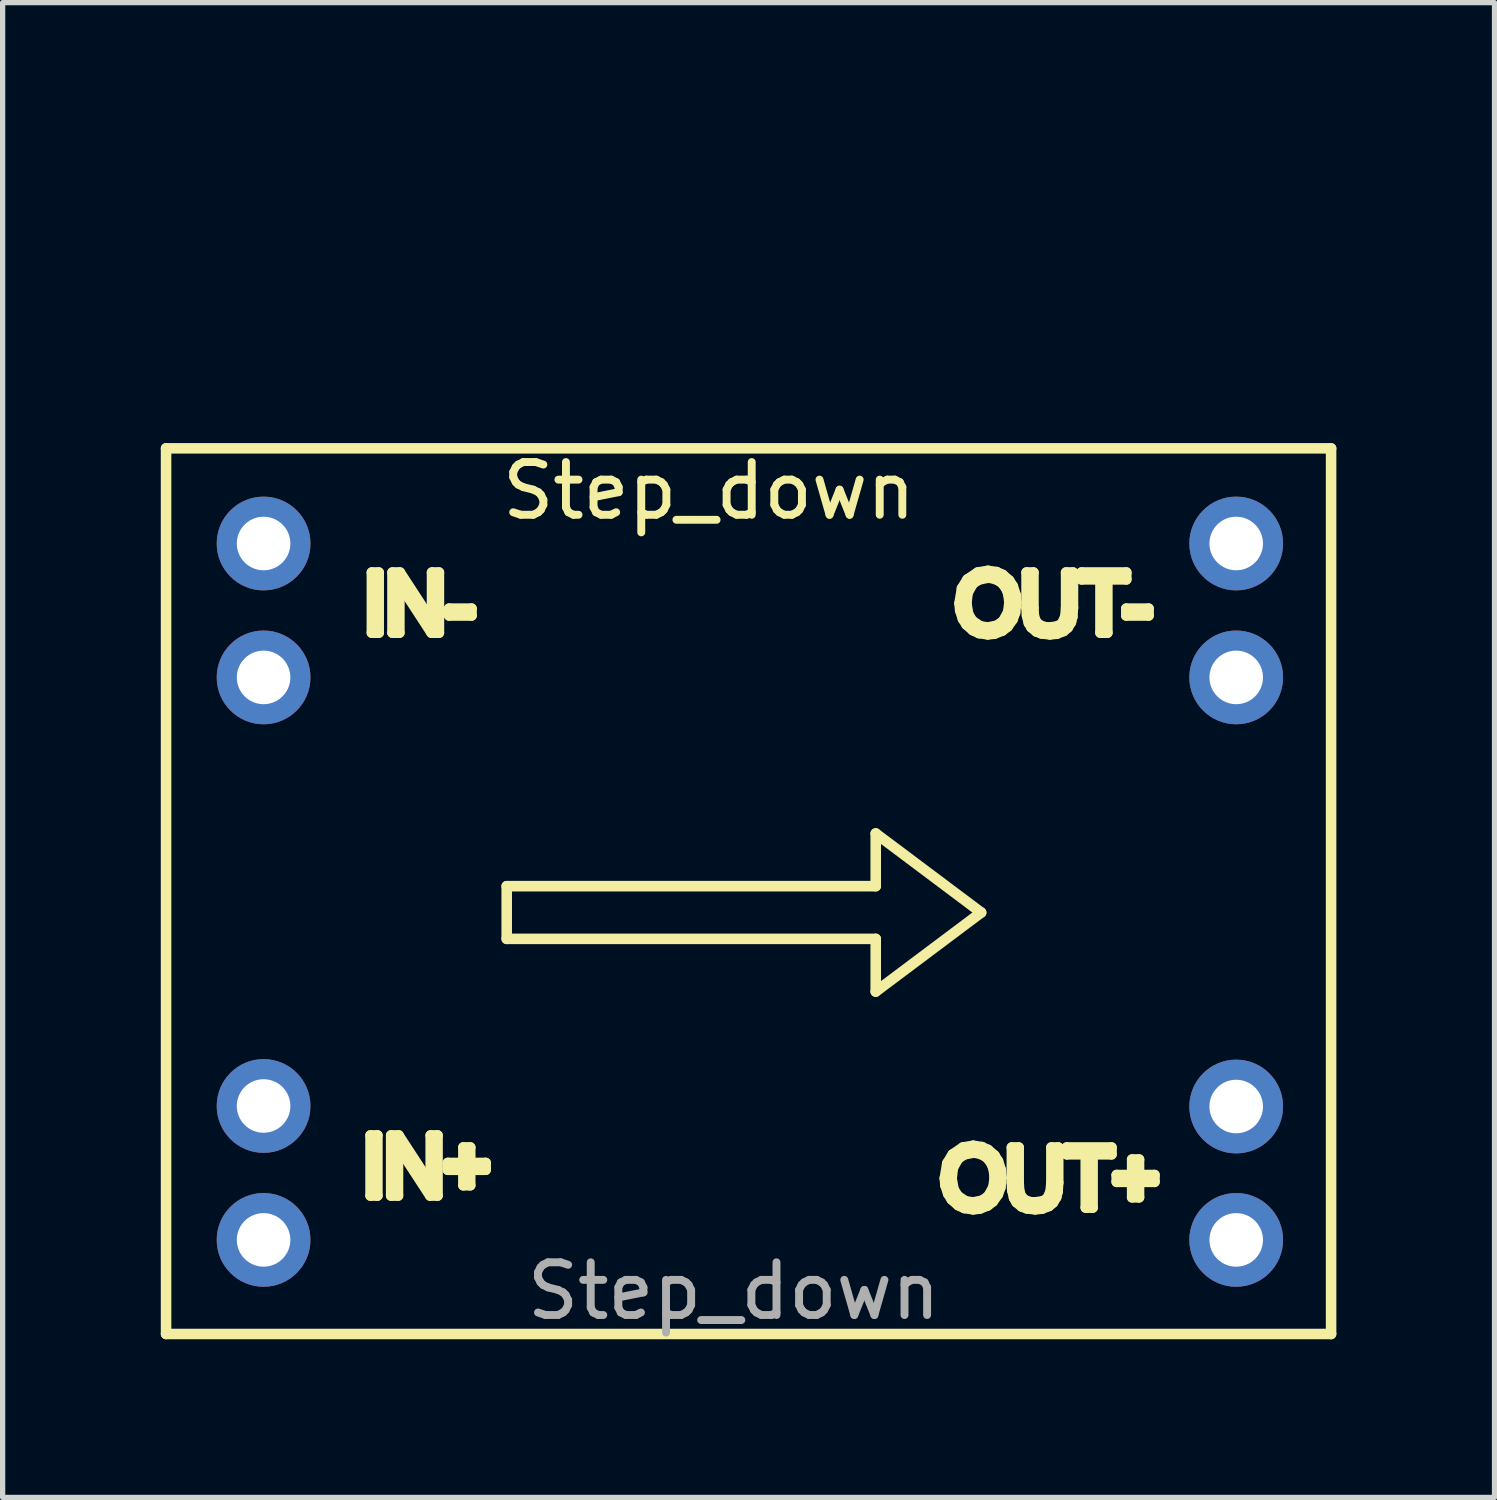
<source format=kicad_pcb>
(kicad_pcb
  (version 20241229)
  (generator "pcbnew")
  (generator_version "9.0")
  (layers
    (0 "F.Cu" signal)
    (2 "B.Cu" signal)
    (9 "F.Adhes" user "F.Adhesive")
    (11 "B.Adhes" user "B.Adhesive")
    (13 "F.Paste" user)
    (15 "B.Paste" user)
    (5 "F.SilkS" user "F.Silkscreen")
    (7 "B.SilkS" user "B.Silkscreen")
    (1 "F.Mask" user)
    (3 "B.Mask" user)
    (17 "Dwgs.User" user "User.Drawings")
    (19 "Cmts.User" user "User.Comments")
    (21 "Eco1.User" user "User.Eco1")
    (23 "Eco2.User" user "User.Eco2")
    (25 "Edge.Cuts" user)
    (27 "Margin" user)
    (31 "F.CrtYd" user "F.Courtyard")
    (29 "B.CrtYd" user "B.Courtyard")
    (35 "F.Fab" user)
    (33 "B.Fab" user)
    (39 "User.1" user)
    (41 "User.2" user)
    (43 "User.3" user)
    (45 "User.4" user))
  (footprint "Step_down"
    (layer "F.Cu")
    (at 7.35 0.25)
    (property "Reference" "Step_down" (at 3.05 6.01 0) (unlocked yes) (layer "F.SilkS") (effects (font (size 1 1) (thickness 0.15))))
    (attr through_hole)
    (fp_line (start -7.25 22.005) (end -7.25 5.205) (stroke (width 0.2) (type solid)) (layer "F.SilkS"))
    (fp_line (start -3.371 18.238) (end -3.241 18.238) (stroke (width 0.2) (type solid)) (layer "F.SilkS"))
    (fp_line (start -3.371 19.38) (end -3.371 18.238) (stroke (width 0.2) (type solid)) (layer "F.SilkS"))
    (fp_line (start -3.346 7.56) (end -3.216 7.56) (stroke (width 0.2) (type solid)) (layer "F.SilkS"))
    (fp_line (start -3.346 8.702) (end -3.346 7.56) (stroke (width 0.2) (type solid)) (layer "F.SilkS"))
    (fp_line (start -3.241 18.238) (end -3.241 19.38) (stroke (width 0.2) (type solid)) (layer "F.SilkS"))
    (fp_line (start -3.241 19.38) (end -3.371 19.38) (stroke (width 0.2) (type solid)) (layer "F.SilkS"))
    (fp_line (start -3.216 7.56) (end -3.216 8.702) (stroke (width 0.2) (type solid)) (layer "F.SilkS"))
    (fp_line (start -3.216 8.702) (end -3.346 8.702) (stroke (width 0.2) (type solid)) (layer "F.SilkS"))
    (fp_line (start -2.98 18.238) (end -2.839 18.238) (stroke (width 0.2) (type solid)) (layer "F.SilkS"))
    (fp_line (start -2.98 19.38) (end -2.98 18.238) (stroke (width 0.2) (type solid)) (layer "F.SilkS"))
    (fp_line (start -2.955 7.56) (end -2.814 7.56) (stroke (width 0.2) (type solid)) (layer "F.SilkS"))
    (fp_line (start -2.955 8.702) (end -2.955 7.56) (stroke (width 0.2) (type solid)) (layer "F.SilkS"))
    (fp_line (start -2.85 18.445) (end -2.85 19.38) (stroke (width 0.2) (type solid)) (layer "F.SilkS"))
    (fp_line (start -2.85 19.38) (end -2.98 19.38) (stroke (width 0.2) (type solid)) (layer "F.SilkS"))
    (fp_line (start -2.839 18.238) (end -2.23 19.174) (stroke (width 0.2) (type solid)) (layer "F.SilkS"))
    (fp_line (start -2.824 7.767) (end -2.824 8.702) (stroke (width 0.2) (type solid)) (layer "F.SilkS"))
    (fp_line (start -2.824 8.702) (end -2.955 8.702) (stroke (width 0.2) (type solid)) (layer "F.SilkS"))
    (fp_line (start -2.814 7.56) (end -2.205 8.496) (stroke (width 0.2) (type solid)) (layer "F.SilkS"))
    (fp_line (start -2.24 19.38) (end -2.85 18.445) (stroke (width 0.2) (type solid)) (layer "F.SilkS"))
    (fp_line (start -2.23 18.238) (end -2.1 18.238) (stroke (width 0.2) (type solid)) (layer "F.SilkS"))
    (fp_line (start -2.23 19.174) (end -2.23 18.238) (stroke (width 0.2) (type solid)) (layer "F.SilkS"))
    (fp_line (start -2.215 8.702) (end -2.824 7.767) (stroke (width 0.2) (type solid)) (layer "F.SilkS"))
    (fp_line (start -2.205 7.56) (end -2.074 7.56) (stroke (width 0.2) (type solid)) (layer "F.SilkS"))
    (fp_line (start -2.205 8.496) (end -2.205 7.56) (stroke (width 0.2) (type solid)) (layer "F.SilkS"))
    (fp_line (start -2.1 18.238) (end -2.1 19.38) (stroke (width 0.2) (type solid)) (layer "F.SilkS"))
    (fp_line (start -2.1 19.38) (end -2.24 19.38) (stroke (width 0.2) (type solid)) (layer "F.SilkS"))
    (fp_line (start -2.074 7.56) (end -2.074 8.702) (stroke (width 0.2) (type solid)) (layer "F.SilkS"))
    (fp_line (start -2.074 8.702) (end -2.215 8.702) (stroke (width 0.2) (type solid)) (layer "F.SilkS"))
    (fp_line (start -1.904 18.76) (end -1.61 18.76) (stroke (width 0.2) (type solid)) (layer "F.SilkS"))
    (fp_line (start -1.904 18.89) (end -1.904 18.76) (stroke (width 0.2) (type solid)) (layer "F.SilkS"))
    (fp_line (start -1.879 8.245) (end -1.455 8.245) (stroke (width 0.2) (type solid)) (layer "F.SilkS"))
    (fp_line (start -1.879 8.376) (end -1.879 8.245) (stroke (width 0.2) (type solid)) (layer "F.SilkS"))
    (fp_line (start -1.61 18.466) (end -1.48 18.466) (stroke (width 0.2) (type solid)) (layer "F.SilkS"))
    (fp_line (start -1.61 18.76) (end -1.61 18.466) (stroke (width 0.2) (type solid)) (layer "F.SilkS"))
    (fp_line (start -1.61 18.89) (end -1.904 18.89) (stroke (width 0.2) (type solid)) (layer "F.SilkS"))
    (fp_line (start -1.61 19.184) (end -1.61 18.89) (stroke (width 0.2) (type solid)) (layer "F.SilkS"))
    (fp_line (start -1.48 18.466) (end -1.48 18.76) (stroke (width 0.2) (type solid)) (layer "F.SilkS"))
    (fp_line (start -1.48 18.76) (end -1.187 18.76) (stroke (width 0.2) (type solid)) (layer "F.SilkS"))
    (fp_line (start -1.48 18.89) (end -1.48 19.184) (stroke (width 0.2) (type solid)) (layer "F.SilkS"))
    (fp_line (start -1.48 19.184) (end -1.61 19.184) (stroke (width 0.2) (type solid)) (layer "F.SilkS"))
    (fp_line (start -1.455 8.245) (end -1.455 8.376) (stroke (width 0.2) (type solid)) (layer "F.SilkS"))
    (fp_line (start -1.455 8.376) (end -1.879 8.376) (stroke (width 0.2) (type solid)) (layer "F.SilkS"))
    (fp_line (start -1.187 18.76) (end -1.187 18.89) (stroke (width 0.2) (type solid)) (layer "F.SilkS"))
    (fp_line (start -1.187 18.89) (end -1.48 18.89) (stroke (width 0.2) (type solid)) (layer "F.SilkS"))
    (fp_line (start -0.788 13.51) (end 6.212 13.51) (stroke (width 0.2) (type solid)) (layer "F.SilkS"))
    (fp_line (start -0.788 14.51) (end -0.788 13.51) (stroke (width 0.2) (type solid)) (layer "F.SilkS"))
    (fp_line (start 6.212 12.51) (end 8.212 14.01) (stroke (width 0.2) (type solid)) (layer "F.SilkS"))
    (fp_line (start 6.212 13.51) (end 6.212 12.51) (stroke (width 0.2) (type solid)) (layer "F.SilkS"))
    (fp_line (start 6.212 14.51) (end -0.788 14.51) (stroke (width 0.2) (type solid)) (layer "F.SilkS"))
    (fp_line (start 6.212 15.51) (end 6.212 14.51) (stroke (width 0.2) (type solid)) (layer "F.SilkS"))
    (fp_line (start 7.522 19.053) (end 7.569 18.768) (stroke (width 0.2) (type solid)) (layer "F.SilkS"))
    (fp_line (start 7.534 19.185) (end 7.522 19.053) (stroke (width 0.2) (type solid)) (layer "F.SilkS"))
    (fp_line (start 7.569 18.768) (end 7.672 18.599) (stroke (width 0.2) (type solid)) (layer "F.SilkS"))
    (fp_line (start 7.586 19.344) (end 7.534 19.185) (stroke (width 0.2) (type solid)) (layer "F.SilkS"))
    (fp_line (start 7.652 19.055) (end 7.689 19.264) (stroke (width 0.2) (type solid)) (layer "F.SilkS"))
    (fp_line (start 7.655 19.454) (end 7.586 19.344) (stroke (width 0.2) (type solid)) (layer "F.SilkS"))
    (fp_line (start 7.672 18.599) (end 7.868 18.466) (stroke (width 0.2) (type solid)) (layer "F.SilkS"))
    (fp_line (start 7.676 18.852) (end 7.652 19.055) (stroke (width 0.2) (type solid)) (layer "F.SilkS"))
    (fp_line (start 7.689 19.264) (end 7.768 19.389) (stroke (width 0.2) (type solid)) (layer "F.SilkS"))
    (fp_line (start 7.768 19.389) (end 7.916 19.487) (stroke (width 0.2) (type solid)) (layer "F.SilkS"))
    (fp_line (start 7.773 18.678) (end 7.676 18.852) (stroke (width 0.2) (type solid)) (layer "F.SilkS"))
    (fp_line (start 7.776 19.561) (end 7.655 19.454) (stroke (width 0.2) (type solid)) (layer "F.SilkS"))
    (fp_line (start 7.801 8.146) (end 7.848 7.861) (stroke (width 0.2) (type solid)) (layer "F.SilkS"))
    (fp_line (start 7.814 8.279) (end 7.801 8.146) (stroke (width 0.2) (type solid)) (layer "F.SilkS"))
    (fp_line (start 7.848 7.861) (end 7.952 7.692) (stroke (width 0.2) (type solid)) (layer "F.SilkS"))
    (fp_line (start 7.865 8.438) (end 7.814 8.279) (stroke (width 0.2) (type solid)) (layer "F.SilkS"))
    (fp_line (start 7.868 18.466) (end 8.061 18.434) (stroke (width 0.2) (type solid)) (layer "F.SilkS"))
    (fp_line (start 7.888 18.6) (end 7.773 18.678) (stroke (width 0.2) (type solid)) (layer "F.SilkS"))
    (fp_line (start 7.892 19.616) (end 7.776 19.561) (stroke (width 0.2) (type solid)) (layer "F.SilkS"))
    (fp_line (start 7.916 19.487) (end 8.059 19.51) (stroke (width 0.2) (type solid)) (layer "F.SilkS"))
    (fp_line (start 7.932 8.148) (end 7.968 8.358) (stroke (width 0.2) (type solid)) (layer "F.SilkS"))
    (fp_line (start 7.934 8.548) (end 7.865 8.438) (stroke (width 0.2) (type solid)) (layer "F.SilkS"))
    (fp_line (start 7.952 7.692) (end 8.148 7.56) (stroke (width 0.2) (type solid)) (layer "F.SilkS"))
    (fp_line (start 7.955 7.945) (end 7.932 8.148) (stroke (width 0.2) (type solid)) (layer "F.SilkS"))
    (fp_line (start 7.968 8.358) (end 8.047 8.482) (stroke (width 0.2) (type solid)) (layer "F.SilkS"))
    (fp_line (start 8.047 8.482) (end 8.196 8.58) (stroke (width 0.2) (type solid)) (layer "F.SilkS"))
    (fp_line (start 8.052 7.771) (end 7.955 7.945) (stroke (width 0.2) (type solid)) (layer "F.SilkS"))
    (fp_line (start 8.055 8.655) (end 7.934 8.548) (stroke (width 0.2) (type solid)) (layer "F.SilkS"))
    (fp_line (start 8.059 19.51) (end 8.239 19.472) (stroke (width 0.2) (type solid)) (layer "F.SilkS"))
    (fp_line (start 8.06 19.641) (end 7.892 19.616) (stroke (width 0.2) (type solid)) (layer "F.SilkS"))
    (fp_line (start 8.061 18.434) (end 8.225 18.459) (stroke (width 0.2) (type solid)) (layer "F.SilkS"))
    (fp_line (start 8.061 18.565) (end 7.888 18.6) (stroke (width 0.2) (type solid)) (layer "F.SilkS"))
    (fp_line (start 8.148 7.56) (end 8.34 7.528) (stroke (width 0.2) (type solid)) (layer "F.SilkS"))
    (fp_line (start 8.161 18.576) (end 8.061 18.565) (stroke (width 0.2) (type solid)) (layer "F.SilkS"))
    (fp_line (start 8.168 7.694) (end 8.052 7.771) (stroke (width 0.2) (type solid)) (layer "F.SilkS"))
    (fp_line (start 8.172 8.71) (end 8.055 8.655) (stroke (width 0.2) (type solid)) (layer "F.SilkS"))
    (fp_line (start 8.185 19.627) (end 8.06 19.641) (stroke (width 0.2) (type solid)) (layer "F.SilkS"))
    (fp_line (start 8.196 8.58) (end 8.338 8.604) (stroke (width 0.2) (type solid)) (layer "F.SilkS"))
    (fp_line (start 8.212 14.01) (end 6.212 15.51) (stroke (width 0.2) (type solid)) (layer "F.SilkS"))
    (fp_line (start 8.225 18.459) (end 8.341 18.512) (stroke (width 0.2) (type solid)) (layer "F.SilkS"))
    (fp_line (start 8.239 19.472) (end 8.352 19.388) (stroke (width 0.2) (type solid)) (layer "F.SilkS"))
    (fp_line (start 8.274 18.623) (end 8.161 18.576) (stroke (width 0.2) (type solid)) (layer "F.SilkS"))
    (fp_line (start 8.333 19.569) (end 8.185 19.627) (stroke (width 0.2) (type solid)) (layer "F.SilkS"))
    (fp_line (start 8.338 8.604) (end 8.518 8.565) (stroke (width 0.2) (type solid)) (layer "F.SilkS"))
    (fp_line (start 8.339 8.734) (end 8.172 8.71) (stroke (width 0.2) (type solid)) (layer "F.SilkS"))
    (fp_line (start 8.34 7.528) (end 8.505 7.552) (stroke (width 0.2) (type solid)) (layer "F.SilkS"))
    (fp_line (start 8.341 7.658) (end 8.168 7.694) (stroke (width 0.2) (type solid)) (layer "F.SilkS"))
    (fp_line (start 8.341 18.512) (end 8.463 18.617) (stroke (width 0.2) (type solid)) (layer "F.SilkS"))
    (fp_line (start 8.349 18.684) (end 8.274 18.623) (stroke (width 0.2) (type solid)) (layer "F.SilkS"))
    (fp_line (start 8.352 19.388) (end 8.445 19.217) (stroke (width 0.2) (type solid)) (layer "F.SilkS"))
    (fp_line (start 8.418 18.789) (end 8.349 18.684) (stroke (width 0.2) (type solid)) (layer "F.SilkS"))
    (fp_line (start 8.433 19.492) (end 8.333 19.569) (stroke (width 0.2) (type solid)) (layer "F.SilkS"))
    (fp_line (start 8.44 7.67) (end 8.341 7.658) (stroke (width 0.2) (type solid)) (layer "F.SilkS"))
    (fp_line (start 8.445 19.217) (end 8.468 19.039) (stroke (width 0.2) (type solid)) (layer "F.SilkS"))
    (fp_line (start 8.452 18.89) (end 8.418 18.789) (stroke (width 0.2) (type solid)) (layer "F.SilkS"))
    (fp_line (start 8.463 18.617) (end 8.532 18.727) (stroke (width 0.2) (type solid)) (layer "F.SilkS"))
    (fp_line (start 8.464 8.721) (end 8.339 8.734) (stroke (width 0.2) (type solid)) (layer "F.SilkS"))
    (fp_line (start 8.468 19.039) (end 8.452 18.89) (stroke (width 0.2) (type solid)) (layer "F.SilkS"))
    (fp_line (start 8.505 7.552) (end 8.621 7.605) (stroke (width 0.2) (type solid)) (layer "F.SilkS"))
    (fp_line (start 8.518 8.565) (end 8.632 8.481) (stroke (width 0.2) (type solid)) (layer "F.SilkS"))
    (fp_line (start 8.529 19.357) (end 8.433 19.492) (stroke (width 0.2) (type solid)) (layer "F.SilkS"))
    (fp_line (start 8.532 18.727) (end 8.585 18.893) (stroke (width 0.2) (type solid)) (layer "F.SilkS"))
    (fp_line (start 8.554 7.717) (end 8.44 7.67) (stroke (width 0.2) (type solid)) (layer "F.SilkS"))
    (fp_line (start 8.576 19.227) (end 8.529 19.357) (stroke (width 0.2) (type solid)) (layer "F.SilkS"))
    (fp_line (start 8.585 18.893) (end 8.598 19.04) (stroke (width 0.2) (type solid)) (layer "F.SilkS"))
    (fp_line (start 8.598 19.04) (end 8.576 19.227) (stroke (width 0.2) (type solid)) (layer "F.SilkS"))
    (fp_line (start 8.612 8.663) (end 8.464 8.721) (stroke (width 0.2) (type solid)) (layer "F.SilkS"))
    (fp_line (start 8.621 7.605) (end 8.742 7.711) (stroke (width 0.2) (type solid)) (layer "F.SilkS"))
    (fp_line (start 8.628 7.778) (end 8.554 7.717) (stroke (width 0.2) (type solid)) (layer "F.SilkS"))
    (fp_line (start 8.632 8.481) (end 8.725 8.311) (stroke (width 0.2) (type solid)) (layer "F.SilkS"))
    (fp_line (start 8.698 7.882) (end 8.628 7.778) (stroke (width 0.2) (type solid)) (layer "F.SilkS"))
    (fp_line (start 8.713 8.586) (end 8.612 8.663) (stroke (width 0.2) (type solid)) (layer "F.SilkS"))
    (fp_line (start 8.725 8.311) (end 8.747 8.132) (stroke (width 0.2) (type solid)) (layer "F.SilkS"))
    (fp_line (start 8.731 7.983) (end 8.698 7.882) (stroke (width 0.2) (type solid)) (layer "F.SilkS"))
    (fp_line (start 8.742 7.711) (end 8.812 7.82) (stroke (width 0.2) (type solid)) (layer "F.SilkS"))
    (fp_line (start 8.747 8.132) (end 8.731 7.983) (stroke (width 0.2) (type solid)) (layer "F.SilkS"))
    (fp_line (start 8.794 18.467) (end 8.924 18.467) (stroke (width 0.2) (type solid)) (layer "F.SilkS"))
    (fp_line (start 8.794 19.134) (end 8.794 18.467) (stroke (width 0.2) (type solid)) (layer "F.SilkS"))
    (fp_line (start 8.802 19.28) (end 8.794 19.134) (stroke (width 0.2) (type solid)) (layer "F.SilkS"))
    (fp_line (start 8.808 8.451) (end 8.713 8.586) (stroke (width 0.2) (type solid)) (layer "F.SilkS"))
    (fp_line (start 8.812 7.82) (end 8.865 7.986) (stroke (width 0.2) (type solid)) (layer "F.SilkS"))
    (fp_line (start 8.836 19.423) (end 8.802 19.28) (stroke (width 0.2) (type solid)) (layer "F.SilkS"))
    (fp_line (start 8.856 8.32) (end 8.808 8.451) (stroke (width 0.2) (type solid)) (layer "F.SilkS"))
    (fp_line (start 8.865 7.986) (end 8.877 8.133) (stroke (width 0.2) (type solid)) (layer "F.SilkS"))
    (fp_line (start 8.877 8.133) (end 8.856 8.32) (stroke (width 0.2) (type solid)) (layer "F.SilkS"))
    (fp_line (start 8.885 19.507) (end 8.836 19.423) (stroke (width 0.2) (type solid)) (layer "F.SilkS"))
    (fp_line (start 8.924 19.138) (end 8.933 19.282) (stroke (width 0.2) (type solid)) (layer "F.SilkS"))
    (fp_line (start 8.924 18.467) (end 8.924 19.138) (stroke (width 0.2) (type solid)) (layer "F.SilkS"))
    (fp_line (start 8.933 19.282) (end 8.953 19.361) (stroke (width 0.2) (type solid)) (layer "F.SilkS"))
    (fp_line (start 8.953 19.361) (end 8.998 19.431) (stroke (width 0.2) (type solid)) (layer "F.SilkS"))
    (fp_line (start 8.979 19.585) (end 8.885 19.507) (stroke (width 0.2) (type solid)) (layer "F.SilkS"))
    (fp_line (start 8.998 19.431) (end 9.051 19.472) (stroke (width 0.2) (type solid)) (layer "F.SilkS"))
    (fp_line (start 9.051 19.472) (end 9.14 19.503) (stroke (width 0.2) (type solid)) (layer "F.SilkS"))
    (fp_line (start 9.073 7.56) (end 9.204 7.56) (stroke (width 0.2) (type solid)) (layer "F.SilkS"))
    (fp_line (start 9.073 8.227) (end 9.073 7.56) (stroke (width 0.2) (type solid)) (layer "F.SilkS"))
    (fp_line (start 9.078 19.623) (end 8.979 19.585) (stroke (width 0.2) (type solid)) (layer "F.SilkS"))
    (fp_line (start 9.081 8.374) (end 9.073 8.227) (stroke (width 0.2) (type solid)) (layer "F.SilkS"))
    (fp_line (start 9.116 8.517) (end 9.081 8.374) (stroke (width 0.2) (type solid)) (layer "F.SilkS"))
    (fp_line (start 9.14 19.503) (end 9.223 19.51) (stroke (width 0.2) (type solid)) (layer "F.SilkS"))
    (fp_line (start 9.165 8.6) (end 9.116 8.517) (stroke (width 0.2) (type solid)) (layer "F.SilkS"))
    (fp_line (start 9.203 8.232) (end 9.212 8.376) (stroke (width 0.2) (type solid)) (layer "F.SilkS"))
    (fp_line (start 9.204 7.56) (end 9.204 8.232) (stroke (width 0.2) (type solid)) (layer "F.SilkS"))
    (fp_line (start 9.212 8.376) (end 9.232 8.455) (stroke (width 0.2) (type solid)) (layer "F.SilkS"))
    (fp_line (start 9.223 19.51) (end 9.386 19.486) (stroke (width 0.2) (type solid)) (layer "F.SilkS"))
    (fp_line (start 9.232 8.455) (end 9.277 8.525) (stroke (width 0.2) (type solid)) (layer "F.SilkS"))
    (fp_line (start 9.236 19.641) (end 9.078 19.623) (stroke (width 0.2) (type solid)) (layer "F.SilkS"))
    (fp_line (start 9.259 8.679) (end 9.165 8.6) (stroke (width 0.2) (type solid)) (layer "F.SilkS"))
    (fp_line (start 9.277 8.525) (end 9.331 8.565) (stroke (width 0.2) (type solid)) (layer "F.SilkS"))
    (fp_line (start 9.331 8.565) (end 9.419 8.596) (stroke (width 0.2) (type solid)) (layer "F.SilkS"))
    (fp_line (start 9.358 8.717) (end 9.259 8.679) (stroke (width 0.2) (type solid)) (layer "F.SilkS"))
    (fp_line (start 9.367 19.628) (end 9.236 19.641) (stroke (width 0.2) (type solid)) (layer "F.SilkS"))
    (fp_line (start 9.386 19.486) (end 9.47 19.433) (stroke (width 0.2) (type solid)) (layer "F.SilkS"))
    (fp_line (start 9.419 8.596) (end 9.503 8.604) (stroke (width 0.2) (type solid)) (layer "F.SilkS"))
    (fp_line (start 9.47 19.433) (end 9.529 19.303) (stroke (width 0.2) (type solid)) (layer "F.SilkS"))
    (fp_line (start 9.498 19.577) (end 9.367 19.628) (stroke (width 0.2) (type solid)) (layer "F.SilkS"))
    (fp_line (start 9.503 8.604) (end 9.665 8.58) (stroke (width 0.2) (type solid)) (layer "F.SilkS"))
    (fp_line (start 9.516 8.734) (end 9.358 8.717) (stroke (width 0.2) (type solid)) (layer "F.SilkS"))
    (fp_line (start 9.529 19.303) (end 9.544 19.138) (stroke (width 0.2) (type solid)) (layer "F.SilkS"))
    (fp_line (start 9.544 18.467) (end 9.674 18.467) (stroke (width 0.2) (type solid)) (layer "F.SilkS"))
    (fp_line (start 9.544 19.138) (end 9.544 18.467) (stroke (width 0.2) (type solid)) (layer "F.SilkS"))
    (fp_line (start 9.574 19.513) (end 9.498 19.577) (stroke (width 0.2) (type solid)) (layer "F.SilkS"))
    (fp_line (start 9.636 19.41) (end 9.574 19.513) (stroke (width 0.2) (type solid)) (layer "F.SilkS"))
    (fp_line (start 9.646 8.722) (end 9.516 8.734) (stroke (width 0.2) (type solid)) (layer "F.SilkS"))
    (fp_line (start 9.662 19.306) (end 9.636 19.41) (stroke (width 0.2) (type solid)) (layer "F.SilkS"))
    (fp_line (start 9.665 8.58) (end 9.749 8.527) (stroke (width 0.2) (type solid)) (layer "F.SilkS"))
    (fp_line (start 9.674 19.134) (end 9.662 19.306) (stroke (width 0.2) (type solid)) (layer "F.SilkS"))
    (fp_line (start 9.674 18.467) (end 9.674 19.134) (stroke (width 0.2) (type solid)) (layer "F.SilkS"))
    (fp_line (start 9.749 8.527) (end 9.809 8.396) (stroke (width 0.2) (type solid)) (layer "F.SilkS"))
    (fp_line (start 9.777 8.67) (end 9.646 8.722) (stroke (width 0.2) (type solid)) (layer "F.SilkS"))
    (fp_line (start 9.809 8.396) (end 9.823 8.232) (stroke (width 0.2) (type solid)) (layer "F.SilkS"))
    (fp_line (start 9.823 7.56) (end 9.954 7.56) (stroke (width 0.2) (type solid)) (layer "F.SilkS"))
    (fp_line (start 9.823 8.232) (end 9.823 7.56) (stroke (width 0.2) (type solid)) (layer "F.SilkS"))
    (fp_line (start 9.837 18.467) (end 10.685 18.467) (stroke (width 0.2) (type solid)) (layer "F.SilkS"))
    (fp_line (start 9.837 18.597) (end 9.837 18.467) (stroke (width 0.2) (type solid)) (layer "F.SilkS"))
    (fp_line (start 9.853 8.606) (end 9.777 8.67) (stroke (width 0.2) (type solid)) (layer "F.SilkS"))
    (fp_line (start 9.915 8.504) (end 9.853 8.606) (stroke (width 0.2) (type solid)) (layer "F.SilkS"))
    (fp_line (start 9.942 8.4) (end 9.915 8.504) (stroke (width 0.2) (type solid)) (layer "F.SilkS"))
    (fp_line (start 9.954 8.227) (end 9.942 8.4) (stroke (width 0.2) (type solid)) (layer "F.SilkS"))
    (fp_line (start 9.954 7.56) (end 9.954 8.227) (stroke (width 0.2) (type solid)) (layer "F.SilkS"))
    (fp_line (start 10.117 7.56) (end 10.965 7.56) (stroke (width 0.2) (type solid)) (layer "F.SilkS"))
    (fp_line (start 10.117 7.691) (end 10.117 7.56) (stroke (width 0.2) (type solid)) (layer "F.SilkS"))
    (fp_line (start 10.196 18.597) (end 9.837 18.597) (stroke (width 0.2) (type solid)) (layer "F.SilkS"))
    (fp_line (start 10.196 19.608) (end 10.196 18.597) (stroke (width 0.2) (type solid)) (layer "F.SilkS"))
    (fp_line (start 10.326 18.597) (end 10.326 19.608) (stroke (width 0.2) (type solid)) (layer "F.SilkS"))
    (fp_line (start 10.326 19.608) (end 10.196 19.608) (stroke (width 0.2) (type solid)) (layer "F.SilkS"))
    (fp_line (start 10.475 7.691) (end 10.117 7.691) (stroke (width 0.2) (type solid)) (layer "F.SilkS"))
    (fp_line (start 10.475 8.702) (end 10.475 7.691) (stroke (width 0.2) (type solid)) (layer "F.SilkS"))
    (fp_line (start 10.606 7.691) (end 10.606 8.702) (stroke (width 0.2) (type solid)) (layer "F.SilkS"))
    (fp_line (start 10.606 8.702) (end 10.475 8.702) (stroke (width 0.2) (type solid)) (layer "F.SilkS"))
    (fp_line (start 10.685 18.467) (end 10.685 18.597) (stroke (width 0.2) (type solid)) (layer "F.SilkS"))
    (fp_line (start 10.685 18.597) (end 10.326 18.597) (stroke (width 0.2) (type solid)) (layer "F.SilkS"))
    (fp_line (start 10.783 18.989) (end 11.076 18.989) (stroke (width 0.2) (type solid)) (layer "F.SilkS"))
    (fp_line (start 10.783 19.119) (end 10.783 18.989) (stroke (width 0.2) (type solid)) (layer "F.SilkS"))
    (fp_line (start 10.965 7.56) (end 10.965 7.691) (stroke (width 0.2) (type solid)) (layer "F.SilkS"))
    (fp_line (start 10.965 7.691) (end 10.606 7.691) (stroke (width 0.2) (type solid)) (layer "F.SilkS"))
    (fp_line (start 10.965 8.245) (end 11.388 8.245) (stroke (width 0.2) (type solid)) (layer "F.SilkS"))
    (fp_line (start 10.965 8.376) (end 10.965 8.245) (stroke (width 0.2) (type solid)) (layer "F.SilkS"))
    (fp_line (start 11.076 18.695) (end 11.207 18.695) (stroke (width 0.2) (type solid)) (layer "F.SilkS"))
    (fp_line (start 11.076 18.989) (end 11.076 18.695) (stroke (width 0.2) (type solid)) (layer "F.SilkS"))
    (fp_line (start 11.076 19.119) (end 10.783 19.119) (stroke (width 0.2) (type solid)) (layer "F.SilkS"))
    (fp_line (start 11.076 19.413) (end 11.076 19.119) (stroke (width 0.2) (type solid)) (layer "F.SilkS"))
    (fp_line (start 11.207 18.695) (end 11.207 18.989) (stroke (width 0.2) (type solid)) (layer "F.SilkS"))
    (fp_line (start 11.207 18.989) (end 11.5 18.989) (stroke (width 0.2) (type solid)) (layer "F.SilkS"))
    (fp_line (start 11.207 19.119) (end 11.207 19.413) (stroke (width 0.2) (type solid)) (layer "F.SilkS"))
    (fp_line (start 11.207 19.413) (end 11.076 19.413) (stroke (width 0.2) (type solid)) (layer "F.SilkS"))
    (fp_line (start 11.388 8.245) (end 11.388 8.376) (stroke (width 0.2) (type solid)) (layer "F.SilkS"))
    (fp_line (start 11.388 8.376) (end 10.965 8.376) (stroke (width 0.2) (type solid)) (layer "F.SilkS"))
    (fp_line (start 11.5 18.989) (end 11.5 19.119) (stroke (width 0.2) (type solid)) (layer "F.SilkS"))
    (fp_line (start 11.5 19.119) (end 11.207 19.119) (stroke (width 0.2) (type solid)) (layer "F.SilkS"))
    (fp_line (start 14.85 5.205) (end -7.25 5.205) (stroke (width 0.2) (type solid)) (layer "F.SilkS"))
    (fp_line (start 14.85 22.005) (end -7.25 22.005) (stroke (width 0.2) (type solid)) (layer "F.SilkS"))
    (fp_line (start 14.85 22.005) (end 14.85 5.205) (stroke (width 0.2) (type solid)) (layer "F.SilkS"))
    (fp_text user "${REFERENCE}" (at 3.52 21.19 0) (unlocked yes) (layer "F.Fab") (effects (font (size 1 1) (thickness 0.15))))
    (pad "" thru_hole circle (at -5.4 9.55) (size 1.778 1.778) (drill 1.016) (layers "*.Cu" "F.Mask"))
    (pad "" thru_hole circle (at -5.4 17.68) (size 1.778 1.778) (drill 1.016) (layers "*.Cu" "*.Mask"))
    (pad "" thru_hole circle (at 13.05 9.55) (size 1.778 1.778) (drill 1.016) (layers "*.Cu" "*.Mask"))
    (pad "" thru_hole circle (at 13.05 17.69) (size 1.778 1.778) (drill 1.016) (layers "*.Cu" "*.Mask"))
    (pad "1" thru_hole circle (at -5.4 7.01) (size 1.778 1.778) (drill 1.016) (layers "*.Cu" "*.Mask"))
    (pad "2" thru_hole circle (at -5.4 20.22) (size 1.778 1.778) (drill 1.016) (layers "*.Cu" "*.Mask"))
    (pad "3" thru_hole circle (at 13.05 20.22) (size 1.778 1.778) (drill 1.016) (layers "*.Cu" "*.Mask"))
    (pad "4" thru_hole circle (at 13.05 7.01) (size 1.778 1.778) (drill 1.016) (layers "*.Cu" "*.Mask")))
  (gr_rect
    (start -3 -3)
    (end 25.3 25.355)
    (stroke (width 0.1) (type default))
    (fill no)
    (layer "Edge.Cuts")))
</source>
